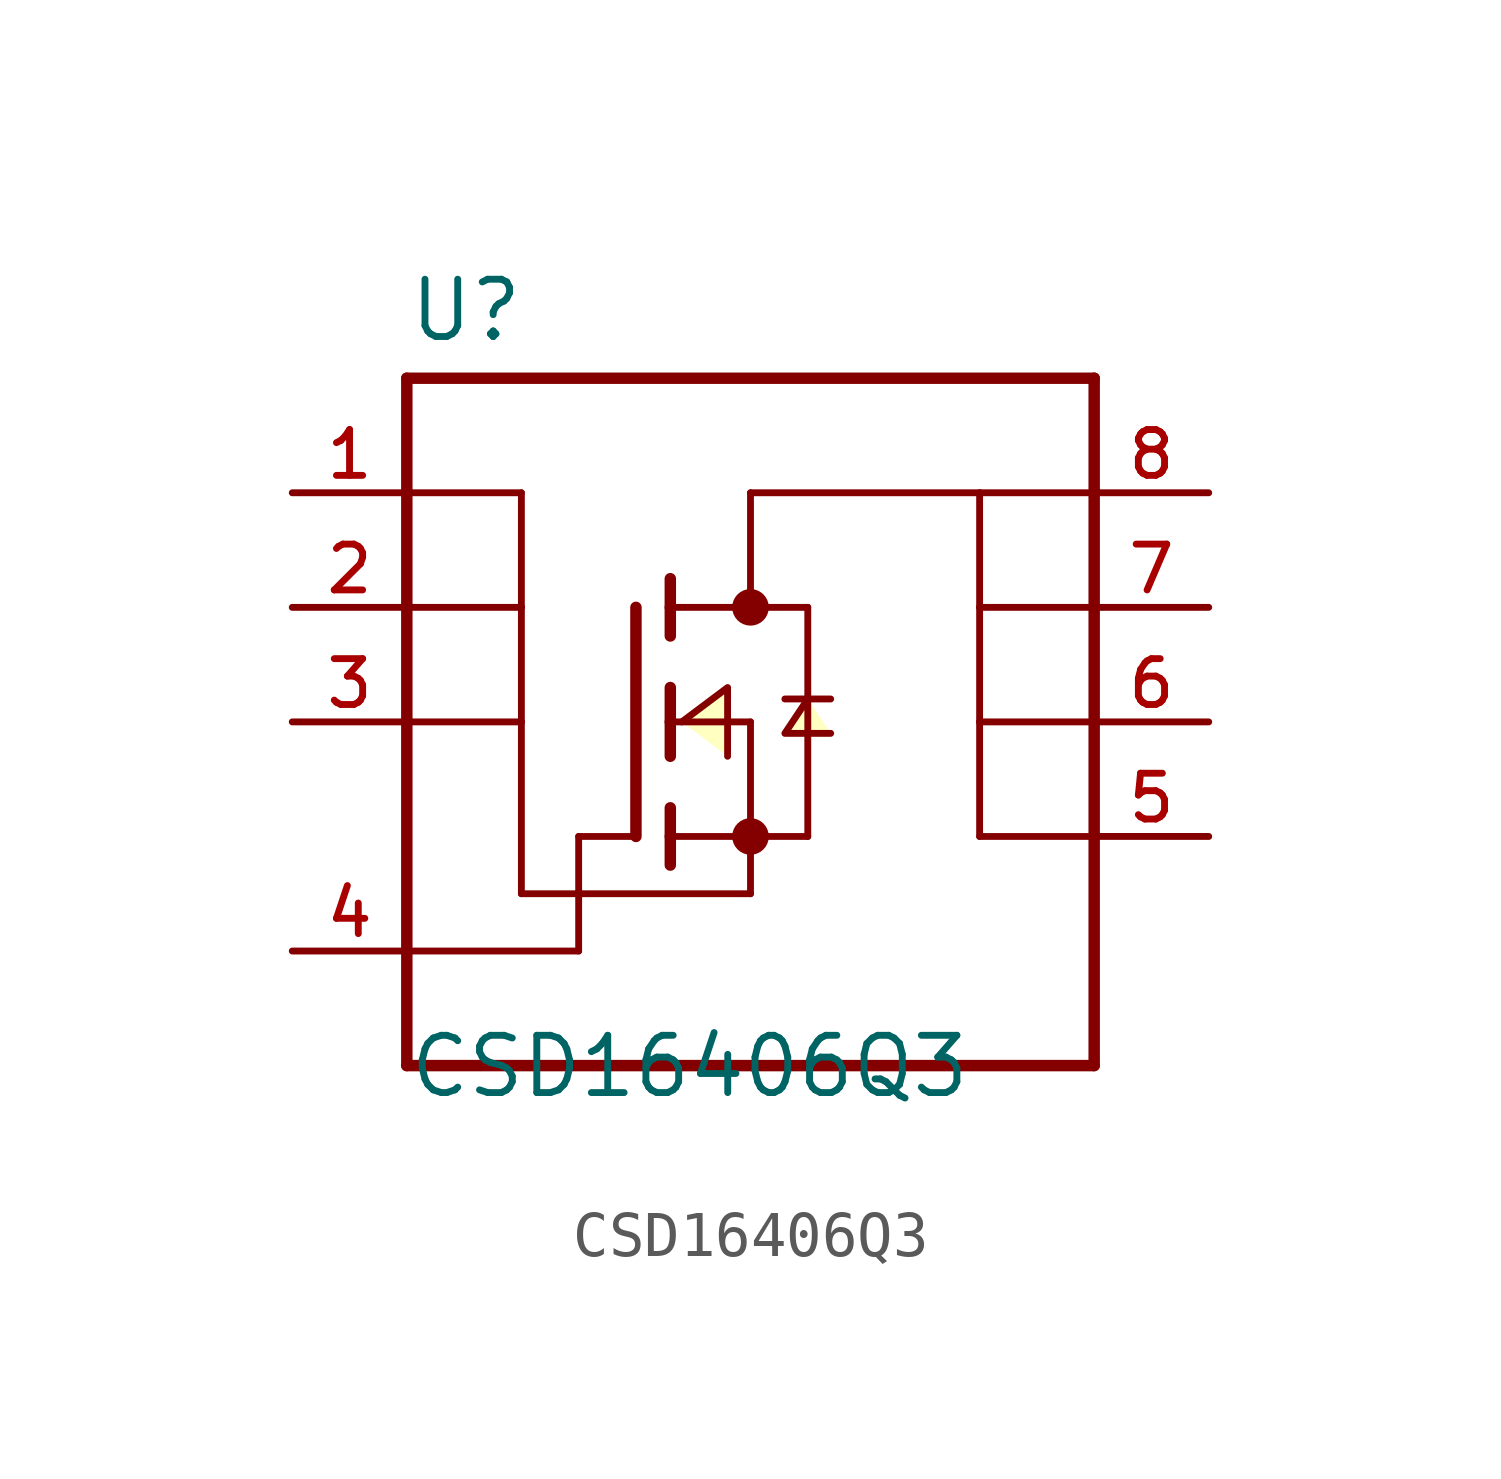
<source format=kicad_sym>
(kicad_symbol_lib
  (version 20211014)
  (generator kicad_symbol_editor)
  (symbol "CSD16406Q3"
    (pin_names
      (offset 1.016) hide)
    (property "Reference" "U"
      (at -7.62 8.382 0)
      (effects (font (size 1.27 1.27)) (justify left bottom)))
    (property "Value" "CSD16406Q3"
      (at -7.62 -8.382 0)
      (effects (font (size 1.27 1.27)) (justify left bottom)))
    (property "ki_locked" ""
      (at 0 0 0)
      (effects (font (size 1.27 1.27))))
    (symbol "CSD16406Q3_0_0"
      (circle (center 0 -2.54) (radius 0.203) (stroke (width 0.406)) (stroke (width 0.406) (type default) (color 0 0 0 0)) (fill (type none)))
      (polyline (pts (xy -7.62 -7.62) (xy -7.62 -5.08)) (stroke (width 0.254) (type default) (color 0 0 0 0)) (fill (type none)))
      (polyline (pts (xy -7.62 -5.08) (xy -7.62 0)) (stroke (width 0.254) (type default) (color 0 0 0 0)) (fill (type none)))
      (polyline (pts (xy -7.62 -5.08) (xy -3.81 -5.08)) (stroke (width 0.152) (type default) (color 0 0 0 0)) (fill (type none)))
      (polyline (pts (xy -7.62 0) (xy -7.62 2.54)) (stroke (width 0.254) (type default) (color 0 0 0 0)) (fill (type none)))
      (polyline (pts (xy -7.62 2.54) (xy -7.62 5.08)) (stroke (width 0.254) (type default) (color 0 0 0 0)) (fill (type none)))
      (polyline (pts (xy -7.62 2.54) (xy -5.08 2.54)) (stroke (width 0.152) (type default) (color 0 0 0 0)) (fill (type none)))
      (polyline (pts (xy -7.62 5.08) (xy -7.62 7.62)) (stroke (width 0.254) (type default) (color 0 0 0 0)) (fill (type none)))
      (polyline (pts (xy -7.62 5.08) (xy -5.08 5.08)) (stroke (width 0.152) (type default) (color 0 0 0 0)) (fill (type none)))
      (polyline (pts (xy -7.62 7.62) (xy 7.62 7.62)) (stroke (width 0.254) (type default) (color 0 0 0 0)) (fill (type none)))
      (polyline (pts (xy -5.08 -3.81) (xy 0 -3.81)) (stroke (width 0.152) (type default) (color 0 0 0 0)) (fill (type none)))
      (polyline (pts (xy -5.08 0) (xy -7.62 0)) (stroke (width 0.152) (type default) (color 0 0 0 0)) (fill (type none)))
      (polyline (pts (xy -5.08 0) (xy -5.08 -3.81)) (stroke (width 0.152) (type default) (color 0 0 0 0)) (fill (type none)))
      (polyline (pts (xy -5.08 2.54) (xy -5.08 0)) (stroke (width 0.152) (type default) (color 0 0 0 0)) (fill (type none)))
      (polyline (pts (xy -5.08 5.08) (xy -5.08 2.54)) (stroke (width 0.152) (type default) (color 0 0 0 0)) (fill (type none)))
      (polyline (pts (xy -3.81 -5.08) (xy -3.81 -2.54)) (stroke (width 0.152) (type default) (color 0 0 0 0)) (fill (type none)))
      (polyline (pts (xy -3.81 -2.54) (xy -2.54 -2.54)) (stroke (width 0.152) (type default) (color 0 0 0 0)) (fill (type none)))
      (polyline (pts (xy -2.54 2.54) (xy -2.54 -2.54)) (stroke (width 0.254) (type default) (color 0 0 0 0)) (fill (type none)))
      (polyline (pts (xy -1.778 -2.54) (xy -1.778 -3.175)) (stroke (width 0.254) (type default) (color 0 0 0 0)) (fill (type none)))
      (polyline (pts (xy -1.778 -1.905) (xy -1.778 -2.54)) (stroke (width 0.254) (type default) (color 0 0 0 0)) (fill (type none)))
      (polyline (pts (xy -1.778 0) (xy -1.778 -0.762)) (stroke (width 0.254) (type default) (color 0 0 0 0)) (fill (type none)))
      (polyline (pts (xy -1.778 0) (xy 0 0)) (stroke (width 0.152) (type default) (color 0 0 0 0)) (fill (type none)))
      (polyline (pts (xy -1.778 0.762) (xy -1.778 0)) (stroke (width 0.254) (type default) (color 0 0 0 0)) (fill (type none)))
      (polyline (pts (xy -1.778 2.54) (xy -1.778 1.905)) (stroke (width 0.254) (type default) (color 0 0 0 0)) (fill (type none)))
      (polyline (pts (xy -1.778 2.54) (xy 0 2.54)) (stroke (width 0.152) (type default) (color 0 0 0 0)) (fill (type none)))
      (polyline (pts (xy -1.778 3.175) (xy -1.778 2.54)) (stroke (width 0.254) (type default) (color 0 0 0 0)) (fill (type none)))
      (polyline (pts (xy 0 -3.81) (xy 0 -2.54)) (stroke (width 0.152) (type default) (color 0 0 0 0)) (fill (type none)))
      (polyline (pts (xy 0 -2.54) (xy -1.778 -2.54)) (stroke (width 0.152) (type default) (color 0 0 0 0)) (fill (type none)))
      (polyline (pts (xy 0 -2.54) (xy 1.27 -2.54)) (stroke (width 0.152) (type default) (color 0 0 0 0)) (fill (type none)))
      (polyline (pts (xy 0 0) (xy 0 -2.54)) (stroke (width 0.152) (type default) (color 0 0 0 0)) (fill (type none)))
      (polyline (pts (xy 0 2.54) (xy 1.27 2.54)) (stroke (width 0.152) (type default) (color 0 0 0 0)) (fill (type none)))
      (polyline (pts (xy 0 5.08) (xy 0 2.54)) (stroke (width 0.152) (type default) (color 0 0 0 0)) (fill (type none)))
      (polyline (pts (xy 1.27 0.508) (xy 0.762 0.508)) (stroke (width 0.152) (type default) (color 0 0 0 0)) (fill (type none)))
      (polyline (pts (xy 1.27 0.508) (xy 1.27 -2.54)) (stroke (width 0.152) (type default) (color 0 0 0 0)) (fill (type none)))
      (polyline (pts (xy 1.27 2.54) (xy 1.27 0.508)) (stroke (width 0.152) (type default) (color 0 0 0 0)) (fill (type none)))
      (polyline (pts (xy 1.778 0.508) (xy 1.27 0.508)) (stroke (width 0.152) (type default) (color 0 0 0 0)) (fill (type none)))
      (polyline (pts (xy 5.08 -2.54) (xy 5.08 0)) (stroke (width 0.152) (type default) (color 0 0 0 0)) (fill (type none)))
      (polyline (pts (xy 5.08 -2.54) (xy 7.62 -2.54)) (stroke (width 0.152) (type default) (color 0 0 0 0)) (fill (type none)))
      (polyline (pts (xy 5.08 0) (xy 5.08 2.54)) (stroke (width 0.152) (type default) (color 0 0 0 0)) (fill (type none)))
      (polyline (pts (xy 5.08 0) (xy 7.62 0)) (stroke (width 0.152) (type default) (color 0 0 0 0)) (fill (type none)))
      (polyline (pts (xy 5.08 2.54) (xy 5.08 5.08)) (stroke (width 0.152) (type default) (color 0 0 0 0)) (fill (type none)))
      (polyline (pts (xy 5.08 2.54) (xy 7.62 2.54)) (stroke (width 0.152) (type default) (color 0 0 0 0)) (fill (type none)))
      (polyline (pts (xy 5.08 5.08) (xy 0 5.08)) (stroke (width 0.152) (type default) (color 0 0 0 0)) (fill (type none)))
      (polyline (pts (xy 5.08 5.08) (xy 7.62 5.08)) (stroke (width 0.152) (type default) (color 0 0 0 0)) (fill (type none)))
      (polyline (pts (xy 7.62 -7.62) (xy -7.62 -7.62)) (stroke (width 0.254) (type default) (color 0 0 0 0)) (fill (type none)))
      (polyline (pts (xy 7.62 -2.54) (xy 7.62 -7.62)) (stroke (width 0.254) (type default) (color 0 0 0 0)) (fill (type none)))
      (polyline (pts (xy 7.62 0) (xy 7.62 -2.54)) (stroke (width 0.254) (type default) (color 0 0 0 0)) (fill (type none)))
      (polyline (pts (xy 7.62 2.54) (xy 7.62 0)) (stroke (width 0.254) (type default) (color 0 0 0 0)) (fill (type none)))
      (polyline (pts (xy 7.62 5.08) (xy 7.62 2.54)) (stroke (width 0.254) (type default) (color 0 0 0 0)) (fill (type none)))
      (polyline (pts (xy 7.62 7.62) (xy 7.62 5.08)) (stroke (width 0.254) (type default) (color 0 0 0 0)) (fill (type none)))
      (polyline (pts (xy -1.524 0) (xy -0.508 0.762) (xy -0.508 -0.762)) (stroke (width 0.152) (type default) (color 0 0 0 0)) (fill (type background)))
      (polyline (pts (xy 1.27 0.508) (xy 0.762 -0.254) (xy 1.778 -0.254)) (stroke (width 0.152) (type default) (color 0 0 0 0)) (fill (type background)))
      (circle (center 0 2.54) (radius 0.203) (stroke (width 0.406)) (stroke (width 0.406) (type default) (color 0 0 0 0)) (fill (type none)))
      (pin passive line (at -10.16 5.08 0) (length 2.54) (name "~" (effects (font (size 1.016 1.016)))) (number "1" (effects (font (size 1.016 1.016)))))
      (pin passive line (at -10.16 2.54 0) (length 2.54) (name "~" (effects (font (size 1.016 1.016)))) (number "2" (effects (font (size 1.016 1.016)))))
      (pin passive line (at -10.16 0 0) (length 2.54) (name "~" (effects (font (size 1.016 1.016)))) (number "3" (effects (font (size 1.016 1.016)))))
      (pin passive line (at -10.16 -5.08 0) (length 2.54) (name "~" (effects (font (size 1.016 1.016)))) (number "4" (effects (font (size 1.016 1.016)))))
      (pin passive line (at 10.16 -2.54 180) (length 2.54) (name "~" (effects (font (size 1.016 1.016)))) (number "5" (effects (font (size 1.016 1.016)))))
      (pin passive line (at 10.16 0 180) (length 2.54) (name "~" (effects (font (size 1.016 1.016)))) (number "6" (effects (font (size 1.016 1.016)))))
      (pin passive line (at 10.16 2.54 180) (length 2.54) (name "~" (effects (font (size 1.016 1.016)))) (number "7" (effects (font (size 1.016 1.016)))))
      (pin passive line (at 10.16 5.08 180) (length 2.54) (name "~" (effects (font (size 1.016 1.016)))) (number "8" (effects (font (size 1.016 1.016))))))))
</source>
